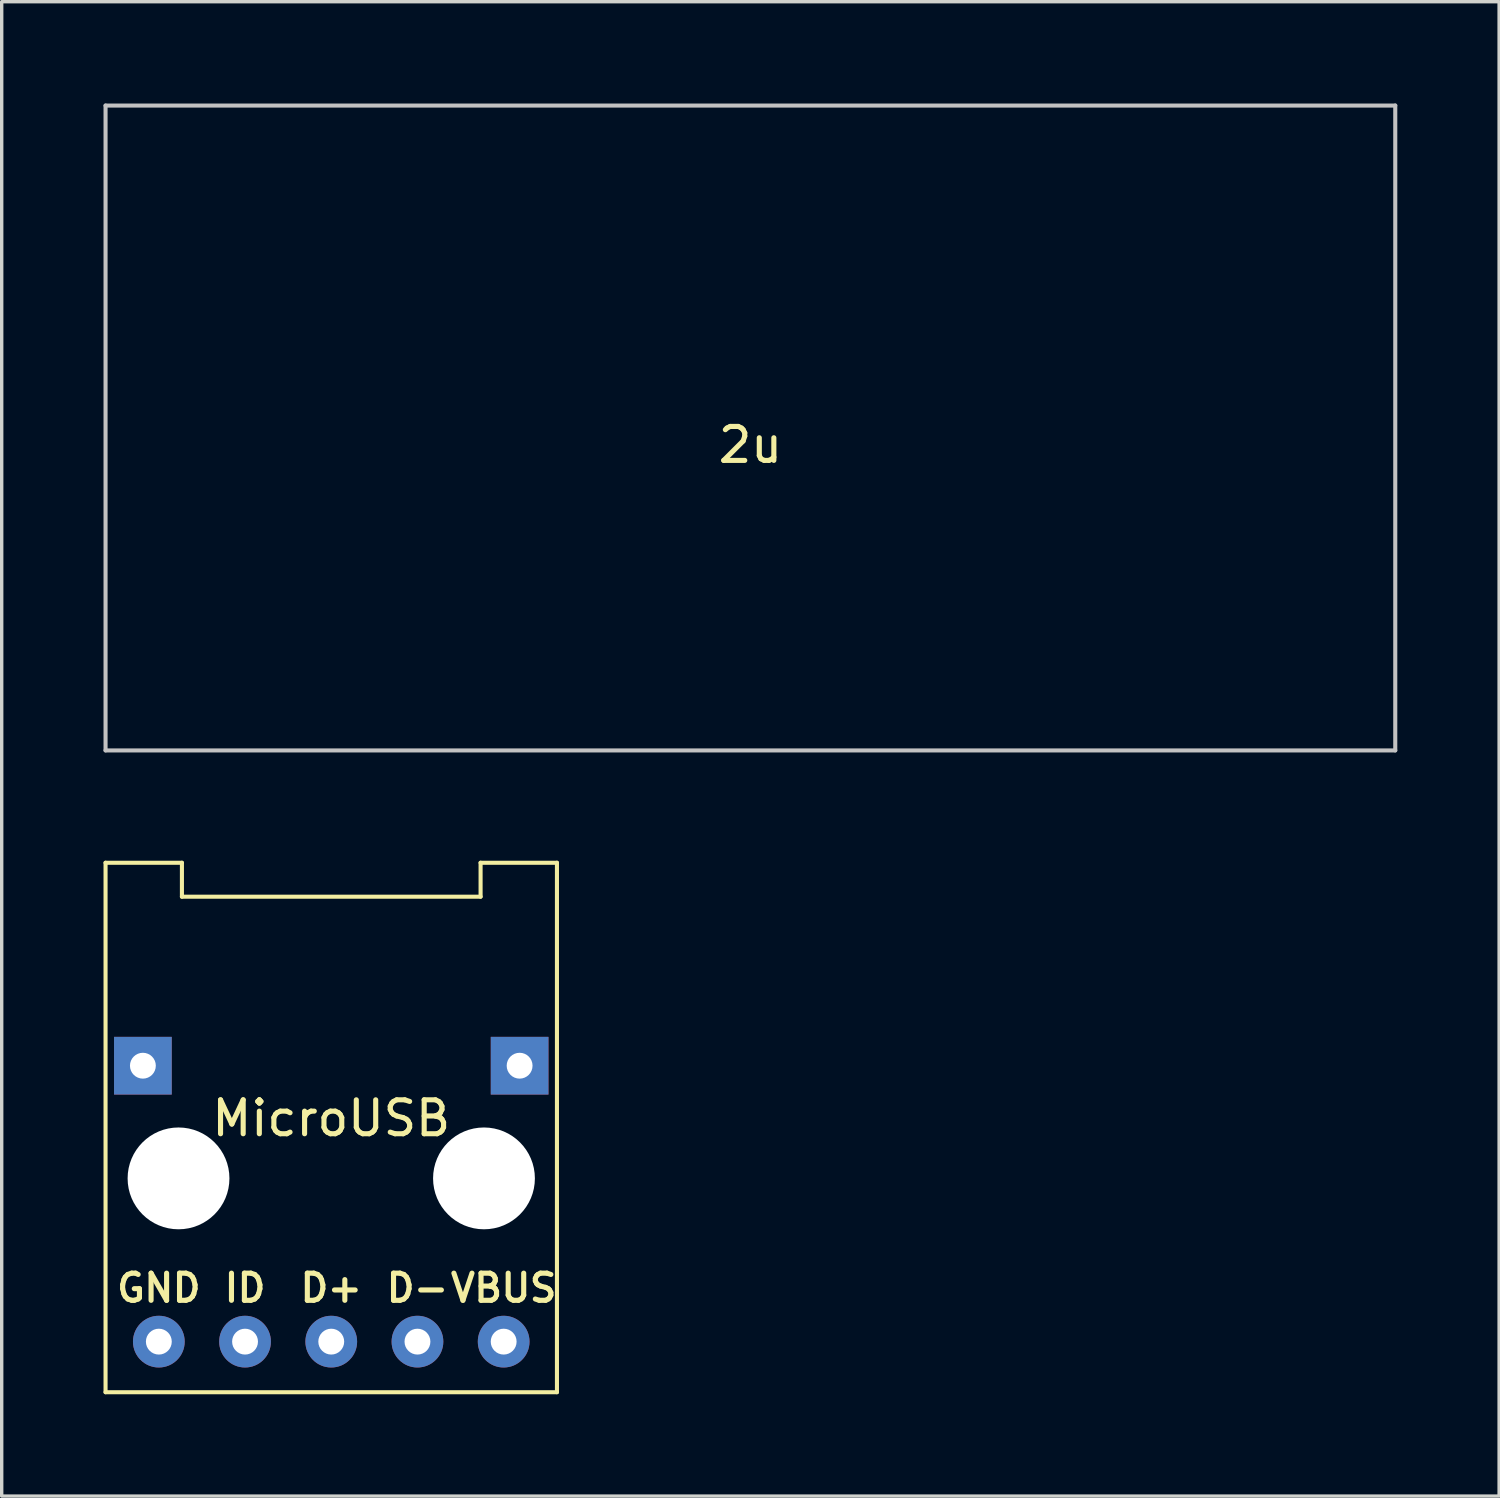
<source format=kicad_pcb>
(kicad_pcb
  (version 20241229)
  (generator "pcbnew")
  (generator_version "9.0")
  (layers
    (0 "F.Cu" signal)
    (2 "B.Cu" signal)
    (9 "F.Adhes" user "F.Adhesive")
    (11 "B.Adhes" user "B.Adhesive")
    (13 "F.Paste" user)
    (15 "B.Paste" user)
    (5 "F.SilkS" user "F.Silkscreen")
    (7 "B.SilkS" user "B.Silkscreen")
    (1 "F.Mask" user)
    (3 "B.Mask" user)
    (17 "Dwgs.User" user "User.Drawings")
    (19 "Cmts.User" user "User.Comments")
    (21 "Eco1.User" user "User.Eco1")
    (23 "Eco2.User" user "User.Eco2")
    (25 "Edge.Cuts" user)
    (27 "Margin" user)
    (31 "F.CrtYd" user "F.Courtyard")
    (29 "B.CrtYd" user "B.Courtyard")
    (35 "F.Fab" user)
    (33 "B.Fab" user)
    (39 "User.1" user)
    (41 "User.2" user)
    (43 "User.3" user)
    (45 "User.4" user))
  (footprint "MicroUSB"
    (layer "F.Cu")
    (at 6.71 22.37)
    (property "Reference" "MicroUSB" (at 0 7.53 0) (layer "F.SilkS") (effects (font (size 1 1) (thickness 0.15))))
    (attr through_hole)
    (fp_line (start -6.65 15.6) (end -6.65 0) (stroke (width 0.12) (type solid)) (layer "F.SilkS"))
    (fp_line (start -6.65 15.6) (end 6.65 15.6) (stroke (width 0.12) (type solid)) (layer "F.SilkS"))
    (fp_line (start -4.4 0) (end -6.65 0) (stroke (width 0.12) (type solid)) (layer "F.SilkS"))
    (fp_line (start -4.4 0) (end -4.4 1) (stroke (width 0.12) (type solid)) (layer "F.SilkS"))
    (fp_line (start -4.4 1) (end 4.4 1) (stroke (width 0.12) (type solid)) (layer "F.SilkS"))
    (fp_line (start 4.4 0) (end 4.4 1) (stroke (width 0.12) (type solid)) (layer "F.SilkS"))
    (fp_line (start 6.65 0) (end 4.4 0) (stroke (width 0.12) (type solid)) (layer "F.SilkS"))
    (fp_line (start 6.65 15.6) (end 6.65 0) (stroke (width 0.12) (type solid)) (layer "F.SilkS"))
    (fp_text user "VBUS" (at 5.08 12.53 0) (layer "F.SilkS") (effects (font (size 0.8 0.8) (thickness 0.15))))
    (fp_text user "GND" (at -5.08 12.53 0) (layer "F.SilkS") (effects (font (size 0.8 0.8) (thickness 0.15))))
    (fp_text user "ID" (at -2.54 12.53 0) (layer "F.SilkS") (effects (font (size 0.8 0.8) (thickness 0.15))))
    (fp_text user "D+" (at 0 12.53 0) (layer "F.SilkS") (effects (font (size 0.8 0.8) (thickness 0.15))))
    (fp_text user "D-" (at 2.54 12.53 0) (layer "F.SilkS") (effects (font (size 0.8 0.8) (thickness 0.15))))
    (pad "" np_thru_hole circle (at -4.5 9.3) (size 3 3) (drill 3) (layers "*.Cu" "*.Mask"))
    (pad "" np_thru_hole circle (at 4.5 9.3) (size 3 3) (drill 3) (layers "*.Cu" "*.Mask"))
    (pad "1" thru_hole circle (at 5.08 14.11) (size 1.524 1.524) (drill 0.762) (layers "*.Cu" "*.Mask"))
    (pad "2" thru_hole circle (at 2.54 14.11) (size 1.524 1.524) (drill 0.762) (layers "*.Cu" "*.Mask"))
    (pad "3" thru_hole circle (at 0 14.11) (size 1.524 1.524) (drill 0.762) (layers "*.Cu" "*.Mask"))
    (pad "4" thru_hole circle (at -2.54 14.11) (size 1.524 1.524) (drill 0.762) (layers "*.Cu" "*.Mask"))
    (pad "5" thru_hole circle (at -5.08 14.11) (size 1.524 1.524) (drill 0.762) (layers "*.Cu" "*.Mask"))
    (pad "6" thru_hole rect (at -5.55 5.98) (size 1.7 1.7) (drill 0.762) (layers "*.Cu" "*.Mask"))
    (pad "6" thru_hole rect (at 5.55 5.98) (size 1.7 1.7) (drill 0.762) (layers "*.Cu" "*.Mask")))
  (footprint "2u"
    (layer "F.Cu")
    (at 19.06 9.56)
    (property "Reference" "2u" (at 0 0.5 0) (layer "F.SilkS") (effects (font (size 1 1) (thickness 0.15))))
    (attr through_hole)
    (fp_line (start -19 -9.5) (end -19 9.5) (stroke (width 0.12) (type solid)) (layer "Dwgs.User"))
    (fp_line (start -19 -9.5) (end 19 -9.5) (stroke (width 0.12) (type solid)) (layer "Dwgs.User"))
    (fp_line (start -19 9.5) (end 19 9.5) (stroke (width 0.12) (type solid)) (layer "Dwgs.User"))
    (fp_line (start 19 9.5) (end 19 -9.5) (stroke (width 0.12) (type solid)) (layer "Dwgs.User")))
  (gr_rect
    (start -3 -3)
    (end 41.12 41.03)
    (stroke (width 0.1) (type default))
    (fill no)
    (layer "Edge.Cuts")))
</source>
